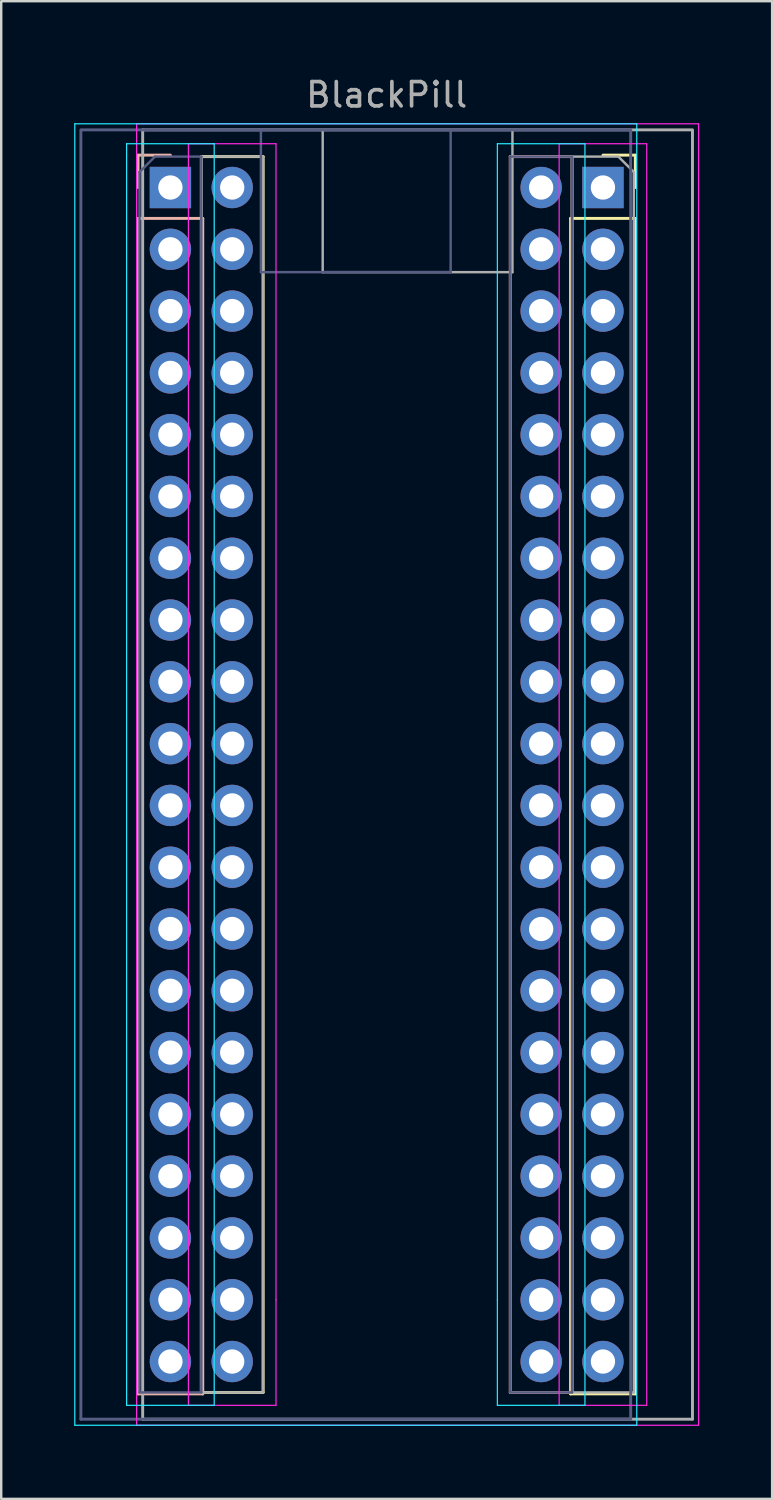
<source format=kicad_pcb>
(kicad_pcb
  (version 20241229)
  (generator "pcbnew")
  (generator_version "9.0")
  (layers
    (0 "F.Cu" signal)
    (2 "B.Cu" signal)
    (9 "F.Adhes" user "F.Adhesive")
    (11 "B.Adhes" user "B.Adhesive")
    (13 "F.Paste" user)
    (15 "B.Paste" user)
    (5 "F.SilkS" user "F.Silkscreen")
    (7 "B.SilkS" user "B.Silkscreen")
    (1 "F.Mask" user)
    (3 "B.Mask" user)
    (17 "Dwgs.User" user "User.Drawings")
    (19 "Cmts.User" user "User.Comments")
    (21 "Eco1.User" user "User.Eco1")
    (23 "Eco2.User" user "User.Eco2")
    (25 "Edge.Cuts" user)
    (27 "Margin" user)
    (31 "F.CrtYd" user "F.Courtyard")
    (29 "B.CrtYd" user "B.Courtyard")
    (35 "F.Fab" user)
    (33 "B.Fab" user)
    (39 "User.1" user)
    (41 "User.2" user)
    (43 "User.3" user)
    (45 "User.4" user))
  (footprint "BlackPill"
    (layer "F.Cu")
    (at 6.495 4.658)
    (property "Reference" "BlackPill" (at 6.35 -3.81 0) (layer "F.Fab") (effects (font (size 1 1) (thickness 0.15))))
    (attr through_hole)
    (fp_line (start -1.27 -1.27) (end -1.27 49.53) (stroke (width 0.12) (type solid)) (layer "F.SilkS"))
    (fp_line (start -1.27 49.53) (end 1.27 49.53) (stroke (width 0.12) (type solid)) (layer "F.SilkS"))
    (fp_line (start 1.27 -1.27) (end -1.27 -1.27) (stroke (width 0.12) (type solid)) (layer "F.SilkS"))
    (fp_line (start 1.27 49.53) (end 1.27 -1.27) (stroke (width 0.12) (type solid)) (layer "F.SilkS"))
    (fp_line (start 13.91 1.27) (end 13.91 49.59) (stroke (width 0.12) (type solid)) (layer "F.SilkS"))
    (fp_line (start 13.91 49.59) (end 16.57 49.59) (stroke (width 0.12) (type solid)) (layer "F.SilkS"))
    (fp_line (start 16.57 -1.33) (end 15.24 -1.33) (stroke (width 0.12) (type solid)) (layer "F.SilkS"))
    (fp_line (start 16.57 0) (end 16.57 -1.33) (stroke (width 0.12) (type solid)) (layer "F.SilkS"))
    (fp_line (start 16.57 1.27) (end 13.91 1.27) (stroke (width 0.12) (type solid)) (layer "F.SilkS"))
    (fp_line (start 16.57 49.59) (end 16.57 1.27) (stroke (width 0.12) (type solid)) (layer "F.SilkS"))
    (fp_line (start -3.87 -1.33) (end -2.54 -1.33) (stroke (width 0.12) (type solid)) (layer "B.SilkS"))
    (fp_line (start -3.87 0) (end -3.87 -1.33) (stroke (width 0.12) (type solid)) (layer "B.SilkS"))
    (fp_line (start -3.87 1.27) (end -1.21 1.27) (stroke (width 0.12) (type solid)) (layer "B.SilkS"))
    (fp_line (start -3.87 49.59) (end -3.87 1.27) (stroke (width 0.12) (type solid)) (layer "B.SilkS"))
    (fp_line (start -1.21 1.27) (end -1.21 49.59) (stroke (width 0.12) (type solid)) (layer "B.SilkS"))
    (fp_line (start -1.21 49.59) (end -3.87 49.59) (stroke (width 0.12) (type solid)) (layer "B.SilkS"))
    (fp_line (start 11.43 -1.27) (end 13.97 -1.27) (stroke (width 0.12) (type solid)) (layer "B.SilkS"))
    (fp_line (start 11.43 49.53) (end 11.43 -1.27) (stroke (width 0.12) (type solid)) (layer "B.SilkS"))
    (fp_line (start 13.97 -1.27) (end 13.97 49.53) (stroke (width 0.12) (type solid)) (layer "B.SilkS"))
    (fp_line (start 13.97 49.53) (end 11.43 49.53) (stroke (width 0.12) (type solid)) (layer "B.SilkS"))
    (fp_line (start -6.47 -2.62) (end 16.63 -2.62) (stroke (width 0.05) (type solid)) (layer "B.CrtYd"))
    (fp_line (start -6.47 50.88) (end -6.47 -2.62) (stroke (width 0.05) (type solid)) (layer "B.CrtYd"))
    (fp_line (start -4.34 -1.8) (end -4.34 50.06) (stroke (width 0.05) (type solid)) (layer "B.CrtYd"))
    (fp_line (start -4.34 50.06) (end -0.74 50.06) (stroke (width 0.05) (type solid)) (layer "B.CrtYd"))
    (fp_line (start -0.74 -1.8) (end -4.34 -1.8) (stroke (width 0.05) (type solid)) (layer "B.CrtYd"))
    (fp_line (start -0.74 -1.8) (end -0.74 45.72) (stroke (width 0.05) (type solid)) (layer "B.CrtYd"))
    (fp_line (start -0.74 45.72) (end -0.74 50.06) (stroke (width 0.05) (type solid)) (layer "B.CrtYd"))
    (fp_line (start 10.9 -1.8) (end 10.9 45.72) (stroke (width 0.05) (type solid)) (layer "B.CrtYd"))
    (fp_line (start 10.9 -1.8) (end 14.5 -1.8) (stroke (width 0.05) (type solid)) (layer "B.CrtYd"))
    (fp_line (start 10.9 45.72) (end 10.9 50.06) (stroke (width 0.05) (type solid)) (layer "B.CrtYd"))
    (fp_line (start 14.5 -1.8) (end 14.5 50.06) (stroke (width 0.05) (type solid)) (layer "B.CrtYd"))
    (fp_line (start 14.5 50.06) (end 10.9 50.06) (stroke (width 0.05) (type solid)) (layer "B.CrtYd"))
    (fp_line (start 16.63 -2.62) (end 16.63 50.88) (stroke (width 0.05) (type solid)) (layer "B.CrtYd"))
    (fp_line (start 16.63 50.88) (end -6.47 50.88) (stroke (width 0.05) (type solid)) (layer "B.CrtYd"))
    (fp_line (start -3.93 -2.62) (end -3.93 50.88) (stroke (width 0.05) (type solid)) (layer "F.CrtYd"))
    (fp_line (start -3.93 50.88) (end 19.17 50.88) (stroke (width 0.05) (type solid)) (layer "F.CrtYd"))
    (fp_line (start -1.8 -1.8) (end -1.8 50.06) (stroke (width 0.05) (type solid)) (layer "F.CrtYd"))
    (fp_line (start -1.8 50.06) (end 1.8 50.06) (stroke (width 0.05) (type solid)) (layer "F.CrtYd"))
    (fp_line (start 1.8 -1.8) (end -1.8 -1.8) (stroke (width 0.05) (type solid)) (layer "F.CrtYd"))
    (fp_line (start 1.8 -1.8) (end 1.8 45.72) (stroke (width 0.05) (type solid)) (layer "F.CrtYd"))
    (fp_line (start 1.8 45.72) (end 1.8 50.06) (stroke (width 0.05) (type solid)) (layer "F.CrtYd"))
    (fp_line (start 13.44 -1.8) (end 13.44 45.72) (stroke (width 0.05) (type solid)) (layer "F.CrtYd"))
    (fp_line (start 13.44 -1.8) (end 17.04 -1.8) (stroke (width 0.05) (type solid)) (layer "F.CrtYd"))
    (fp_line (start 13.44 45.72) (end 13.44 50.06) (stroke (width 0.05) (type solid)) (layer "F.CrtYd"))
    (fp_line (start 17.04 -1.8) (end 17.04 50.06) (stroke (width 0.05) (type solid)) (layer "F.CrtYd"))
    (fp_line (start 17.04 50.06) (end 13.44 50.06) (stroke (width 0.05) (type solid)) (layer "F.CrtYd"))
    (fp_line (start 19.17 -2.62) (end -3.93 -2.62) (stroke (width 0.05) (type solid)) (layer "F.CrtYd"))
    (fp_line (start 19.17 50.88) (end 19.17 -2.62) (stroke (width 0.05) (type solid)) (layer "F.CrtYd"))
    (fp_line (start -6.22 -2.37) (end 16.38 -2.37) (stroke (width 0.12) (type solid)) (layer "B.Fab"))
    (fp_line (start -6.22 50.63) (end -6.22 -2.32) (stroke (width 0.12) (type solid)) (layer "B.Fab"))
    (fp_line (start -6.22 50.63) (end 16.38 50.63) (stroke (width 0.12) (type solid)) (layer "B.Fab"))
    (fp_line (start -3.81 -0.635) (end -3.175 -1.27) (stroke (width 0.1) (type solid)) (layer "B.Fab"))
    (fp_line (start -3.81 49.53) (end -3.81 -0.635) (stroke (width 0.1) (type solid)) (layer "B.Fab"))
    (fp_line (start -3.175 -1.27) (end -1.27 -1.27) (stroke (width 0.1) (type solid)) (layer "B.Fab"))
    (fp_line (start -1.27 -1.27) (end -1.27 49.53) (stroke (width 0.1) (type solid)) (layer "B.Fab"))
    (fp_line (start -1.27 49.53) (end -3.81 49.53) (stroke (width 0.1) (type solid)) (layer "B.Fab"))
    (fp_line (start 1.18 3.48) (end 1.18 -2.32) (stroke (width 0.1) (type solid)) (layer "B.Fab"))
    (fp_line (start 1.18 3.48) (end 8.98 3.48) (stroke (width 0.1) (type solid)) (layer "B.Fab"))
    (fp_line (start 8.98 3.48) (end 8.98 -2.32) (stroke (width 0.1) (type solid)) (layer "B.Fab"))
    (fp_line (start 11.43 -1.27) (end 13.97 -1.27) (stroke (width 0.1) (type solid)) (layer "B.Fab"))
    (fp_line (start 11.43 49.53) (end 11.43 -1.27) (stroke (width 0.1) (type solid)) (layer "B.Fab"))
    (fp_line (start 13.97 -1.27) (end 13.97 49.53) (stroke (width 0.1) (type solid)) (layer "B.Fab"))
    (fp_line (start 13.97 49.53) (end 11.43 49.53) (stroke (width 0.1) (type solid)) (layer "B.Fab"))
    (fp_line (start 16.38 -2.37) (end 16.38 50.63) (stroke (width 0.12) (type solid)) (layer "B.Fab"))
    (fp_line (start -3.68 -2.37) (end -3.68 50.63) (stroke (width 0.12) (type solid)) (layer "F.Fab"))
    (fp_line (start -1.27 -1.27) (end -1.27 49.53) (stroke (width 0.1) (type solid)) (layer "F.Fab"))
    (fp_line (start -1.27 49.53) (end 1.27 49.53) (stroke (width 0.1) (type solid)) (layer "F.Fab"))
    (fp_line (start 1.27 -1.27) (end -1.27 -1.27) (stroke (width 0.1) (type solid)) (layer "F.Fab"))
    (fp_line (start 1.27 49.53) (end 1.27 -1.27) (stroke (width 0.1) (type solid)) (layer "F.Fab"))
    (fp_line (start 3.72 3.48) (end 3.72 -2.32) (stroke (width 0.1) (type solid)) (layer "F.Fab"))
    (fp_line (start 11.52 3.48) (end 3.72 3.48) (stroke (width 0.1) (type solid)) (layer "F.Fab"))
    (fp_line (start 11.52 3.48) (end 11.52 -2.32) (stroke (width 0.1) (type solid)) (layer "F.Fab"))
    (fp_line (start 13.97 -1.27) (end 13.97 49.53) (stroke (width 0.1) (type solid)) (layer "F.Fab"))
    (fp_line (start 13.97 49.53) (end 16.51 49.53) (stroke (width 0.1) (type solid)) (layer "F.Fab"))
    (fp_line (start 15.875 -1.27) (end 13.97 -1.27) (stroke (width 0.1) (type solid)) (layer "F.Fab"))
    (fp_line (start 16.51 -0.635) (end 15.875 -1.27) (stroke (width 0.1) (type solid)) (layer "F.Fab"))
    (fp_line (start 16.51 49.53) (end 16.51 -0.635) (stroke (width 0.1) (type solid)) (layer "F.Fab"))
    (fp_line (start 18.92 -2.37) (end -3.68 -2.37) (stroke (width 0.12) (type solid)) (layer "F.Fab"))
    (fp_line (start 18.92 50.63) (end -3.68 50.63) (stroke (width 0.12) (type solid)) (layer "F.Fab"))
    (fp_line (start 18.92 50.63) (end 18.92 -2.32) (stroke (width 0.12) (type solid)) (layer "F.Fab"))
    (pad "1" thru_hole rect (at -2.54 0) (size 1.7 1.7) (drill 1) (layers "*.Cu" "*.Mask"))
    (pad "1" thru_hole rect (at 15.24 0) (size 1.7 1.7) (drill 1) (layers "*.Cu" "*.Mask"))
    (pad "2" thru_hole circle (at -2.54 2.54) (size 1.7 1.7) (drill 1) (layers "*.Cu" "*.Mask"))
    (pad "2" thru_hole circle (at 15.24 2.54) (size 1.7 1.7) (drill 1) (layers "*.Cu" "*.Mask"))
    (pad "3" thru_hole circle (at -2.54 5.08) (size 1.7 1.7) (drill 1) (layers "*.Cu" "*.Mask"))
    (pad "3" thru_hole circle (at 15.24 5.08) (size 1.7 1.7) (drill 1) (layers "*.Cu" "*.Mask"))
    (pad "4" thru_hole circle (at -2.54 7.62) (size 1.7 1.7) (drill 1) (layers "*.Cu" "*.Mask"))
    (pad "4" thru_hole circle (at 15.24 7.62) (size 1.7 1.7) (drill 1) (layers "*.Cu" "*.Mask"))
    (pad "5" thru_hole circle (at -2.54 10.16) (size 1.7 1.7) (drill 1) (layers "*.Cu" "*.Mask"))
    (pad "5" thru_hole circle (at 15.24 10.16) (size 1.7 1.7) (drill 1) (layers "*.Cu" "*.Mask"))
    (pad "6" thru_hole circle (at -2.54 12.7) (size 1.7 1.7) (drill 1) (layers "*.Cu" "*.Mask"))
    (pad "6" thru_hole circle (at 15.24 12.7) (size 1.7 1.7) (drill 1) (layers "*.Cu" "*.Mask"))
    (pad "7" thru_hole circle (at -2.54 15.24) (size 1.7 1.7) (drill 1) (layers "*.Cu" "*.Mask"))
    (pad "7" thru_hole circle (at 15.24 15.24) (size 1.7 1.7) (drill 1) (layers "*.Cu" "*.Mask"))
    (pad "8" thru_hole circle (at -2.54 17.78) (size 1.7 1.7) (drill 1) (layers "*.Cu" "*.Mask"))
    (pad "8" thru_hole circle (at 15.24 17.78) (size 1.7 1.7) (drill 1) (layers "*.Cu" "*.Mask"))
    (pad "9" thru_hole circle (at -2.54 20.32) (size 1.7 1.7) (drill 1) (layers "*.Cu" "*.Mask"))
    (pad "9" thru_hole circle (at 15.24 20.32) (size 1.7 1.7) (drill 1) (layers "*.Cu" "*.Mask"))
    (pad "10" thru_hole circle (at -2.54 22.86) (size 1.7 1.7) (drill 1) (layers "*.Cu" "*.Mask"))
    (pad "10" thru_hole circle (at 15.24 22.86) (size 1.7 1.7) (drill 1) (layers "*.Cu" "*.Mask"))
    (pad "11" thru_hole circle (at -2.54 25.4) (size 1.7 1.7) (drill 1) (layers "*.Cu" "*.Mask"))
    (pad "11" thru_hole circle (at 15.24 25.4) (size 1.7 1.7) (drill 1) (layers "*.Cu" "*.Mask"))
    (pad "12" thru_hole circle (at -2.54 27.94) (size 1.7 1.7) (drill 1) (layers "*.Cu" "*.Mask"))
    (pad "12" thru_hole circle (at 15.24 27.94) (size 1.7 1.7) (drill 1) (layers "*.Cu" "*.Mask"))
    (pad "13" thru_hole circle (at -2.54 30.48) (size 1.7 1.7) (drill 1) (layers "*.Cu" "*.Mask"))
    (pad "13" thru_hole circle (at 15.24 30.48) (size 1.7 1.7) (drill 1) (layers "*.Cu" "*.Mask"))
    (pad "14" thru_hole circle (at -2.54 33.02) (size 1.7 1.7) (drill 1) (layers "*.Cu" "*.Mask"))
    (pad "14" thru_hole circle (at 15.24 33.02) (size 1.7 1.7) (drill 1) (layers "*.Cu" "*.Mask"))
    (pad "15" thru_hole circle (at -2.54 35.56) (size 1.7 1.7) (drill 1) (layers "*.Cu" "*.Mask"))
    (pad "15" thru_hole circle (at 15.24 35.56) (size 1.7 1.7) (drill 1) (layers "*.Cu" "*.Mask"))
    (pad "16" thru_hole circle (at -2.54 38.1) (size 1.7 1.7) (drill 1) (layers "*.Cu" "*.Mask"))
    (pad "16" thru_hole circle (at 15.24 38.1) (size 1.7 1.7) (drill 1) (layers "*.Cu" "*.Mask"))
    (pad "17" thru_hole circle (at -2.54 40.64) (size 1.7 1.7) (drill 1) (layers "*.Cu" "*.Mask"))
    (pad "17" thru_hole circle (at 15.24 40.64) (size 1.7 1.7) (drill 1) (layers "*.Cu" "*.Mask"))
    (pad "18" thru_hole circle (at -2.54 43.18) (size 1.7 1.7) (drill 1) (layers "*.Cu" "*.Mask"))
    (pad "18" thru_hole circle (at 15.24 43.18) (size 1.7 1.7) (drill 1) (layers "*.Cu" "*.Mask"))
    (pad "19" thru_hole circle (at -2.54 45.72) (size 1.7 1.7) (drill 1) (layers "*.Cu" "*.Mask"))
    (pad "19" thru_hole circle (at 15.24 45.72) (size 1.7 1.7) (drill 1) (layers "*.Cu" "*.Mask"))
    (pad "20" thru_hole circle (at -2.54 48.26) (size 1.7 1.7) (drill 1) (layers "*.Cu" "*.Mask"))
    (pad "20" thru_hole circle (at 15.24 48.26) (size 1.7 1.7) (drill 1) (layers "*.Cu" "*.Mask"))
    (pad "21" thru_hole circle (at 0 48.26) (size 1.7 1.7) (drill 1) (layers "*.Cu" "*.Mask"))
    (pad "21" thru_hole circle (at 12.7 48.26) (size 1.7 1.7) (drill 1) (layers "*.Cu" "*.Mask"))
    (pad "22" thru_hole circle (at 0 45.72) (size 1.7 1.7) (drill 1) (layers "*.Cu" "*.Mask"))
    (pad "22" thru_hole circle (at 12.7 45.72) (size 1.7 1.7) (drill 1) (layers "*.Cu" "*.Mask"))
    (pad "23" thru_hole circle (at 0 43.18) (size 1.7 1.7) (drill 1) (layers "*.Cu" "*.Mask"))
    (pad "23" thru_hole circle (at 12.7 43.18) (size 1.7 1.7) (drill 1) (layers "*.Cu" "*.Mask"))
    (pad "24" thru_hole circle (at 0 40.64) (size 1.7 1.7) (drill 1) (layers "*.Cu" "*.Mask"))
    (pad "24" thru_hole circle (at 12.7 40.64) (size 1.7 1.7) (drill 1) (layers "*.Cu" "*.Mask"))
    (pad "25" thru_hole circle (at 0 38.1) (size 1.7 1.7) (drill 1) (layers "*.Cu" "*.Mask"))
    (pad "25" thru_hole circle (at 12.7 38.1) (size 1.7 1.7) (drill 1) (layers "*.Cu" "*.Mask"))
    (pad "26" thru_hole circle (at 0 35.56) (size 1.7 1.7) (drill 1) (layers "*.Cu" "*.Mask"))
    (pad "26" thru_hole circle (at 12.7 35.56) (size 1.7 1.7) (drill 1) (layers "*.Cu" "*.Mask"))
    (pad "27" thru_hole circle (at 0 33.02) (size 1.7 1.7) (drill 1) (layers "*.Cu" "*.Mask"))
    (pad "27" thru_hole circle (at 12.7 33.02) (size 1.7 1.7) (drill 1) (layers "*.Cu" "*.Mask"))
    (pad "28" thru_hole circle (at 0 30.48) (size 1.7 1.7) (drill 1) (layers "*.Cu" "*.Mask"))
    (pad "28" thru_hole circle (at 12.7 30.48) (size 1.7 1.7) (drill 1) (layers "*.Cu" "*.Mask"))
    (pad "29" thru_hole circle (at 0 27.94) (size 1.7 1.7) (drill 1) (layers "*.Cu" "*.Mask"))
    (pad "29" thru_hole circle (at 12.7 27.94) (size 1.7 1.7) (drill 1) (layers "*.Cu" "*.Mask"))
    (pad "30" thru_hole circle (at 0 25.4) (size 1.7 1.7) (drill 1) (layers "*.Cu" "*.Mask"))
    (pad "30" thru_hole circle (at 12.7 25.4) (size 1.7 1.7) (drill 1) (layers "*.Cu" "*.Mask"))
    (pad "31" thru_hole circle (at 0 22.86) (size 1.7 1.7) (drill 1) (layers "*.Cu" "*.Mask"))
    (pad "31" thru_hole circle (at 12.7 22.86) (size 1.7 1.7) (drill 1) (layers "*.Cu" "*.Mask"))
    (pad "32" thru_hole circle (at 0 20.32) (size 1.7 1.7) (drill 1) (layers "*.Cu" "*.Mask"))
    (pad "32" thru_hole circle (at 12.7 20.32) (size 1.7 1.7) (drill 1) (layers "*.Cu" "*.Mask"))
    (pad "33" thru_hole circle (at 0 17.78) (size 1.7 1.7) (drill 1) (layers "*.Cu" "*.Mask"))
    (pad "33" thru_hole circle (at 12.7 17.78) (size 1.7 1.7) (drill 1) (layers "*.Cu" "*.Mask"))
    (pad "34" thru_hole circle (at 0 15.24) (size 1.7 1.7) (drill 1) (layers "*.Cu" "*.Mask"))
    (pad "34" thru_hole circle (at 12.7 15.24) (size 1.7 1.7) (drill 1) (layers "*.Cu" "*.Mask"))
    (pad "35" thru_hole circle (at 0 12.7) (size 1.7 1.7) (drill 1) (layers "*.Cu" "*.Mask"))
    (pad "35" thru_hole circle (at 12.7 12.7) (size 1.7 1.7) (drill 1) (layers "*.Cu" "*.Mask"))
    (pad "36" thru_hole circle (at 0 10.16) (size 1.7 1.7) (drill 1) (layers "*.Cu" "*.Mask"))
    (pad "36" thru_hole circle (at 12.7 10.16) (size 1.7 1.7) (drill 1) (layers "*.Cu" "*.Mask"))
    (pad "37" thru_hole circle (at 0 7.62) (size 1.7 1.7) (drill 1) (layers "*.Cu" "*.Mask"))
    (pad "37" thru_hole circle (at 12.7 7.62) (size 1.7 1.7) (drill 1) (layers "*.Cu" "*.Mask"))
    (pad "38" thru_hole circle (at 0 5.08) (size 1.7 1.7) (drill 1) (layers "*.Cu" "*.Mask"))
    (pad "38" thru_hole circle (at 12.7 5.08) (size 1.7 1.7) (drill 1) (layers "*.Cu" "*.Mask"))
    (pad "39" thru_hole circle (at 0 2.54) (size 1.7 1.7) (drill 1) (layers "*.Cu" "*.Mask"))
    (pad "39" thru_hole circle (at 12.7 2.54) (size 1.7 1.7) (drill 1) (layers "*.Cu" "*.Mask"))
    (pad "40" thru_hole circle (at 0 0) (size 1.7 1.7) (drill 1) (layers "*.Cu" "*.Mask"))
    (pad "40" thru_hole circle (at 12.7 0) (size 1.7 1.7) (drill 1) (layers "*.Cu" "*.Mask")))
  (gr_rect
    (start -3 -3)
    (end 28.69 58.563)
    (stroke (width 0.1) (type default))
    (fill no)
    (layer "Edge.Cuts")))
</source>
